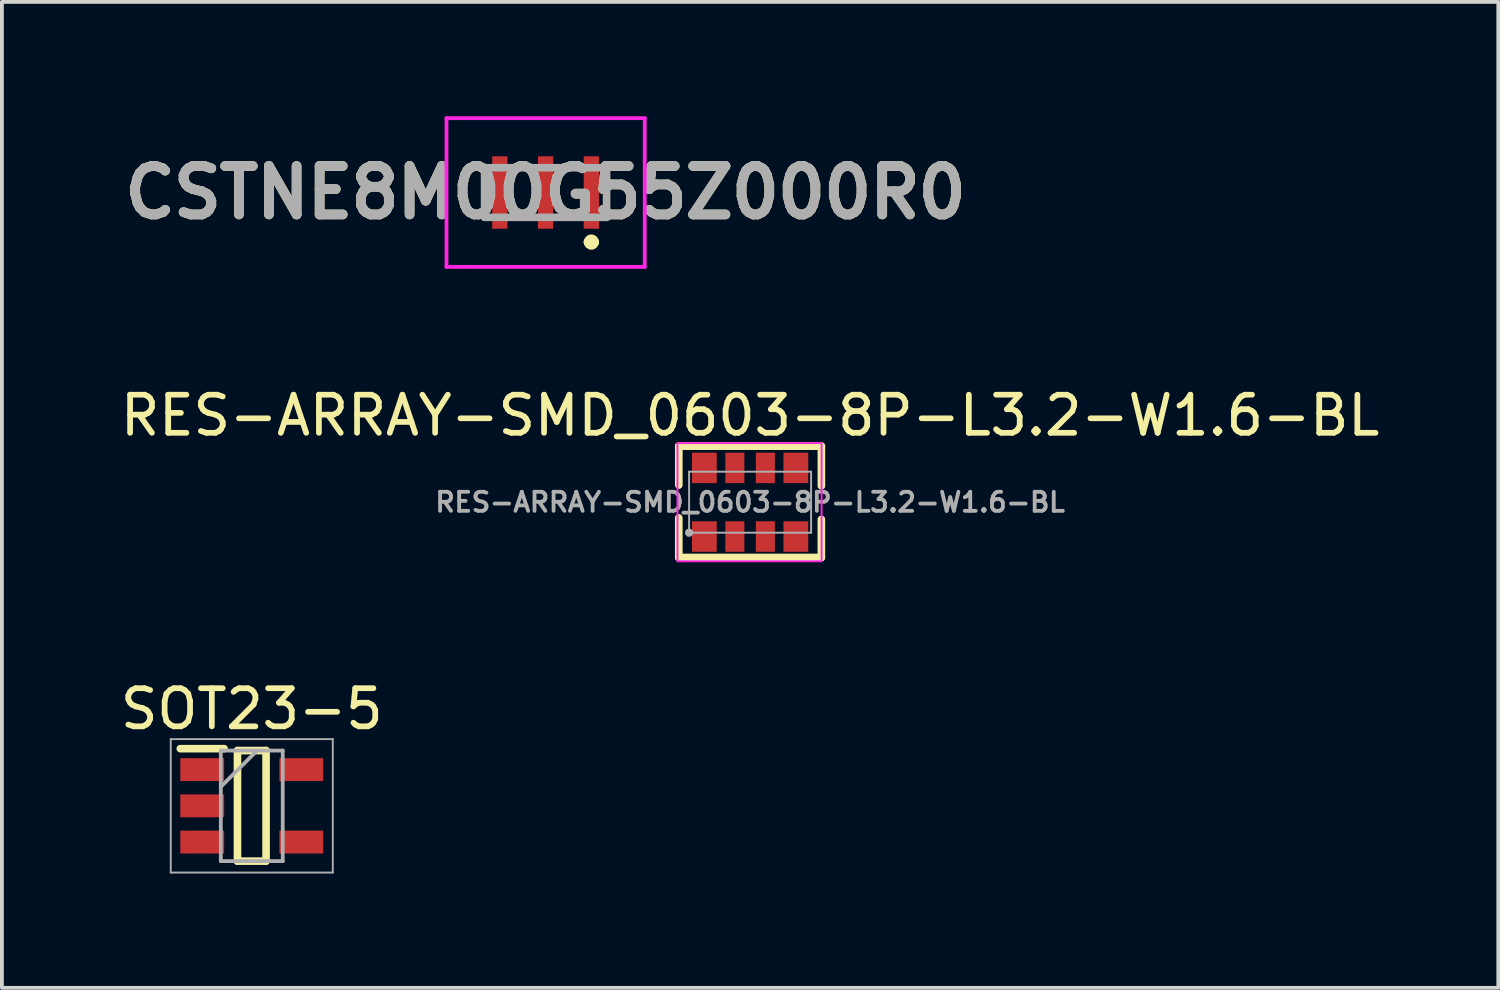
<source format=kicad_pcb>
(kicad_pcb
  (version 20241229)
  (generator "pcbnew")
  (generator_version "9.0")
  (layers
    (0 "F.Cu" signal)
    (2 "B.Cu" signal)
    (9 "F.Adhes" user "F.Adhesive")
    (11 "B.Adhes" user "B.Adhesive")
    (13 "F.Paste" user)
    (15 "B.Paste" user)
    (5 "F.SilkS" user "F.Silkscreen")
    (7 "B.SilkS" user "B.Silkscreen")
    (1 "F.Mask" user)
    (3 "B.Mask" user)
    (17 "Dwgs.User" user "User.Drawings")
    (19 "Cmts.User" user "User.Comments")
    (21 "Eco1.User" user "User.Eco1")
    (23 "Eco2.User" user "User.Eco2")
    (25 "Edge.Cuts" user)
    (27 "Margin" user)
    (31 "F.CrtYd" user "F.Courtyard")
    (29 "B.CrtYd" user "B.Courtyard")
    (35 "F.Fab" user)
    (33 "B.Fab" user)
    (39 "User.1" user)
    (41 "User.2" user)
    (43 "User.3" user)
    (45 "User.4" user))
  (footprint "CSTNE8M00G55Z000R0"
    (layer "F.Cu")
    (at 11.261 2)
    (property "Reference" "CSTNE8M00G55Z000R0" (at 0 0 0) (layer "F.SilkS") (effects (font (size 1.27 1.27) (thickness 0.254))))
    (attr smd)
    (fp_line (start -1.6 -0.65) (end -1.6 0.65) (stroke (width 0.1) (type solid)) (layer "F.SilkS"))
    (fp_line (start 1.1 1.3) (end 1.1 1.3) (stroke (width 0.2) (type solid)) (layer "F.SilkS"))
    (fp_line (start 1.3 1.3) (end 1.3 1.3) (stroke (width 0.2) (type solid)) (layer "F.SilkS"))
    (fp_line (start 1.6 -0.65) (end 1.6 0.65) (stroke (width 0.1) (type solid)) (layer "F.SilkS"))
    (fp_arc (start 1.1 1.3) (mid 1.2 1.2) (end 1.3 1.3) (stroke (width 0.2) (type solid)) (layer "F.SilkS"))
    (fp_arc (start 1.3 1.3) (mid 1.2 1.4) (end 1.1 1.3) (stroke (width 0.2) (type solid)) (layer "F.SilkS"))
    (fp_line (start -2.6 -1.95) (end -2.6 1.95) (stroke (width 0.1) (type solid)) (layer "F.CrtYd"))
    (fp_line (start -2.6 1.95) (end 2.6 1.95) (stroke (width 0.1) (type solid)) (layer "F.CrtYd"))
    (fp_line (start 2.6 -1.95) (end -2.6 -1.95) (stroke (width 0.1) (type solid)) (layer "F.CrtYd"))
    (fp_line (start 2.6 1.95) (end 2.6 -1.95) (stroke (width 0.1) (type solid)) (layer "F.CrtYd"))
    (fp_line (start -1.6 -0.65) (end -1.6 0.65) (stroke (width 0.2) (type solid)) (layer "F.Fab"))
    (fp_line (start -1.6 0.65) (end 1.6 0.65) (stroke (width 0.2) (type solid)) (layer "F.Fab"))
    (fp_line (start 1.6 -0.65) (end -1.6 -0.65) (stroke (width 0.2) (type solid)) (layer "F.Fab"))
    (fp_line (start 1.6 0.65) (end 1.6 -0.65) (stroke (width 0.2) (type solid)) (layer "F.Fab"))
    (fp_text user "${REFERENCE}" (at 0 0 0) (layer "F.Fab") (effects (font (size 1.27 1.27) (thickness 0.254))))
    (pad "1" smd rect (at 1.2 0) (size 0.4 1.9) (layers "F.Cu" "F.Mask" "F.Paste"))
    (pad "2" smd rect (at 0 0) (size 0.4 1.9) (layers "F.Cu" "F.Mask" "F.Paste"))
    (pad "3" smd rect (at -1.2 0) (size 0.4 1.9) (layers "F.Cu" "F.Mask" "F.Paste")))
  (footprint "SOT23-5"
    (layer "F.Cu")
    (at 3.554 18.087)
    (property "Reference" "SOT23-5" (at 0 -2.54 0) (layer "F.SilkS") (effects (font (size 1 1) (thickness 0.15))))
    (attr smd)
    (fp_line (start -1.875 -1.5) (end -0.725 -1.5) (stroke (width 0.2) (type solid)) (layer "F.SilkS"))
    (fp_line (start -0.375 -1.45) (end 0.375 -1.45) (stroke (width 0.2) (type solid)) (layer "F.SilkS"))
    (fp_line (start -0.375 1.45) (end -0.375 -1.45) (stroke (width 0.2) (type solid)) (layer "F.SilkS"))
    (fp_line (start 0.375 -1.45) (end 0.375 1.45) (stroke (width 0.2) (type solid)) (layer "F.SilkS"))
    (fp_line (start 0.375 1.45) (end -0.375 1.45) (stroke (width 0.2) (type solid)) (layer "F.SilkS"))
    (fp_line (start -2.125 -1.75) (end 2.125 -1.75) (stroke (width 0.05) (type solid)) (layer "F.Fab"))
    (fp_line (start -2.125 1.75) (end -2.125 -1.75) (stroke (width 0.05) (type solid)) (layer "F.Fab"))
    (fp_line (start -0.812 -1.45) (end 0.812 -1.45) (stroke (width 0.1) (type solid)) (layer "F.Fab"))
    (fp_line (start -0.812 -0.5) (end 0.138 -1.45) (stroke (width 0.1) (type solid)) (layer "F.Fab"))
    (fp_line (start -0.812 1.45) (end -0.812 -1.45) (stroke (width 0.1) (type solid)) (layer "F.Fab"))
    (fp_line (start 0.812 -1.45) (end 0.812 1.45) (stroke (width 0.1) (type solid)) (layer "F.Fab"))
    (fp_line (start 0.812 1.45) (end -0.812 1.45) (stroke (width 0.1) (type solid)) (layer "F.Fab"))
    (fp_line (start 2.125 -1.75) (end 2.125 1.75) (stroke (width 0.05) (type solid)) (layer "F.Fab"))
    (fp_line (start 2.125 1.75) (end -2.125 1.75) (stroke (width 0.05) (type solid)) (layer "F.Fab"))
    (pad "1" smd rect (at -1.3 -0.95) (size 1.15 0.6) (layers "F.Cu" "F.Mask" "F.Paste"))
    (pad "2" smd rect (at -1.3 0) (size 1.15 0.6) (layers "F.Cu" "F.Mask" "F.Paste"))
    (pad "3" smd rect (at -1.3 0.95) (size 1.15 0.6) (layers "F.Cu" "F.Mask" "F.Paste"))
    (pad "4" smd rect (at 1.3 0.95) (size 1.15 0.6) (layers "F.Cu" "F.Mask" "F.Paste"))
    (pad "5" smd rect (at 1.3 -0.95) (size 1.15 0.6) (layers "F.Cu" "F.Mask" "F.Paste")))
  (footprint "RES-ARRAY-SMD_0603-8P-L3.2-W1.6-BL"
    (layer "F.Cu")
    (at 16.625 10.123)
    (property "Reference" "RES-ARRAY-SMD_0603-8P-L3.2-W1.6-BL" (at -0.00025 -2.275 0) (layer "F.SilkS") (effects (font (size 1 1) (thickness 0.15))))
    (fp_line (start -1.871 1.45) (end -1.871 0.41) (stroke (width 0.2) (type default)) (layer "F.SilkS"))
    (fp_line (start -1.87 -1.47) (end 1.87 -1.47) (stroke (width 0.2) (type default)) (layer "F.SilkS"))
    (fp_line (start -1.87 -0.45) (end -1.87 -1.47) (stroke (width 0.2) (type default)) (layer "F.SilkS"))
    (fp_line (start 1.869 0.45) (end 1.869 1.45) (stroke (width 0.2) (type default)) (layer "F.SilkS"))
    (fp_line (start 1.869 1.45) (end -1.871 1.45) (stroke (width 0.2) (type default)) (layer "F.SilkS"))
    (fp_line (start 1.87 -1.47) (end 1.87 -0.429) (stroke (width 0.2) (type default)) (layer "F.SilkS"))
    (fp_rect (start -1.905 -1.55) (end 1.875 1.55) (stroke (width 0.05) (type default)) (fill no) (layer "F.CrtYd"))
    (fp_line (start -1.6 -0.8) (end 1.6 -0.8) (stroke (width 0.051) (type default)) (layer "F.Fab"))
    (fp_line (start -1.6 0.8) (end -1.6 -0.8) (stroke (width 0.051) (type default)) (layer "F.Fab"))
    (fp_line (start 1.6 -0.8) (end 1.6 0.8) (stroke (width 0.051) (type default)) (layer "F.Fab"))
    (fp_line (start 1.6 0.8) (end -1.6 0.8) (stroke (width 0.051) (type default)) (layer "F.Fab"))
    (fp_poly (pts (xy -1.545 0.777) (xy -1.577 0.745) (xy -1.623 0.745) (xy -1.655 0.777) (xy -1.655 0.823) (xy -1.623 0.855) (xy -1.577 0.855) (xy -1.545 0.823)) (stroke (width 0.1) (type default)) (fill no) (layer "F.Fab"))
    (fp_poly (pts (xy -1.45 -0.5) (xy -1.45 -0.8) (xy -0.95 -0.8) (xy -0.95 -0.5)) (stroke (width 0.1) (type default)) (fill no) (layer "User.1"))
    (fp_poly (pts (xy -1.45 0.8) (xy -1.45 0.5) (xy -0.95 0.5) (xy -0.95 0.8)) (stroke (width 0.1) (type default)) (fill no) (layer "User.1"))
    (fp_poly (pts (xy -0.65 -0.5) (xy -0.65 -0.8) (xy -0.15 -0.8) (xy -0.15 -0.5)) (stroke (width 0.1) (type default)) (fill no) (layer "User.1"))
    (fp_poly (pts (xy -0.65 0.8) (xy -0.65 0.5) (xy -0.15 0.5) (xy -0.15 0.8)) (stroke (width 0.1) (type default)) (fill no) (layer "User.1"))
    (fp_poly (pts (xy 0.15 -0.5) (xy 0.15 -0.8) (xy 0.65 -0.8) (xy 0.65 -0.5)) (stroke (width 0.1) (type default)) (fill no) (layer "User.1"))
    (fp_poly (pts (xy 0.15 0.8) (xy 0.15 0.5) (xy 0.65 0.5) (xy 0.65 0.8)) (stroke (width 0.1) (type default)) (fill no) (layer "User.1"))
    (fp_poly (pts (xy 0.95 -0.5) (xy 0.95 -0.8) (xy 1.45 -0.8) (xy 1.45 -0.5)) (stroke (width 0.1) (type default)) (fill no) (layer "User.1"))
    (fp_poly (pts (xy 0.95 0.8) (xy 0.95 0.5) (xy 1.45 0.5) (xy 1.45 0.8)) (stroke (width 0.1) (type default)) (fill no) (layer "User.1"))
    (fp_text user "${REFERENCE}" (at 0 0 0) (layer "F.Fab") (effects (font (size 0.5 0.5) (thickness 0.1))))
    (pad "1" smd rect (at -1.2 0.9) (size 0.65 0.8) (layers "F.Cu" "F.Mask" "F.Paste"))
    (pad "2" smd rect (at -0.4 0.9) (size 0.5 0.8) (layers "F.Cu" "F.Mask" "F.Paste"))
    (pad "3" smd rect (at 0.4 0.9) (size 0.5 0.8) (layers "F.Cu" "F.Mask" "F.Paste"))
    (pad "4" smd rect (at 1.2 0.9) (size 0.65 0.8) (layers "F.Cu" "F.Mask" "F.Paste"))
    (pad "5" smd rect (at 1.2 -0.9) (size 0.65 0.8) (layers "F.Cu" "F.Mask" "F.Paste"))
    (pad "6" smd rect (at 0.4 -0.9) (size 0.5 0.8) (layers "F.Cu" "F.Mask" "F.Paste"))
    (pad "7" smd rect (at -0.4 -0.9) (size 0.5 0.8) (layers "F.Cu" "F.Mask" "F.Paste"))
    (pad "8" smd rect (at -1.2 -0.9) (size 0.65 0.8) (layers "F.Cu" "F.Mask" "F.Paste")))
  (gr_rect
    (start -3 -3)
    (end 36.25 22.861)
    (stroke (width 0.1) (type default))
    (fill no)
    (layer "Edge.Cuts")))
</source>
